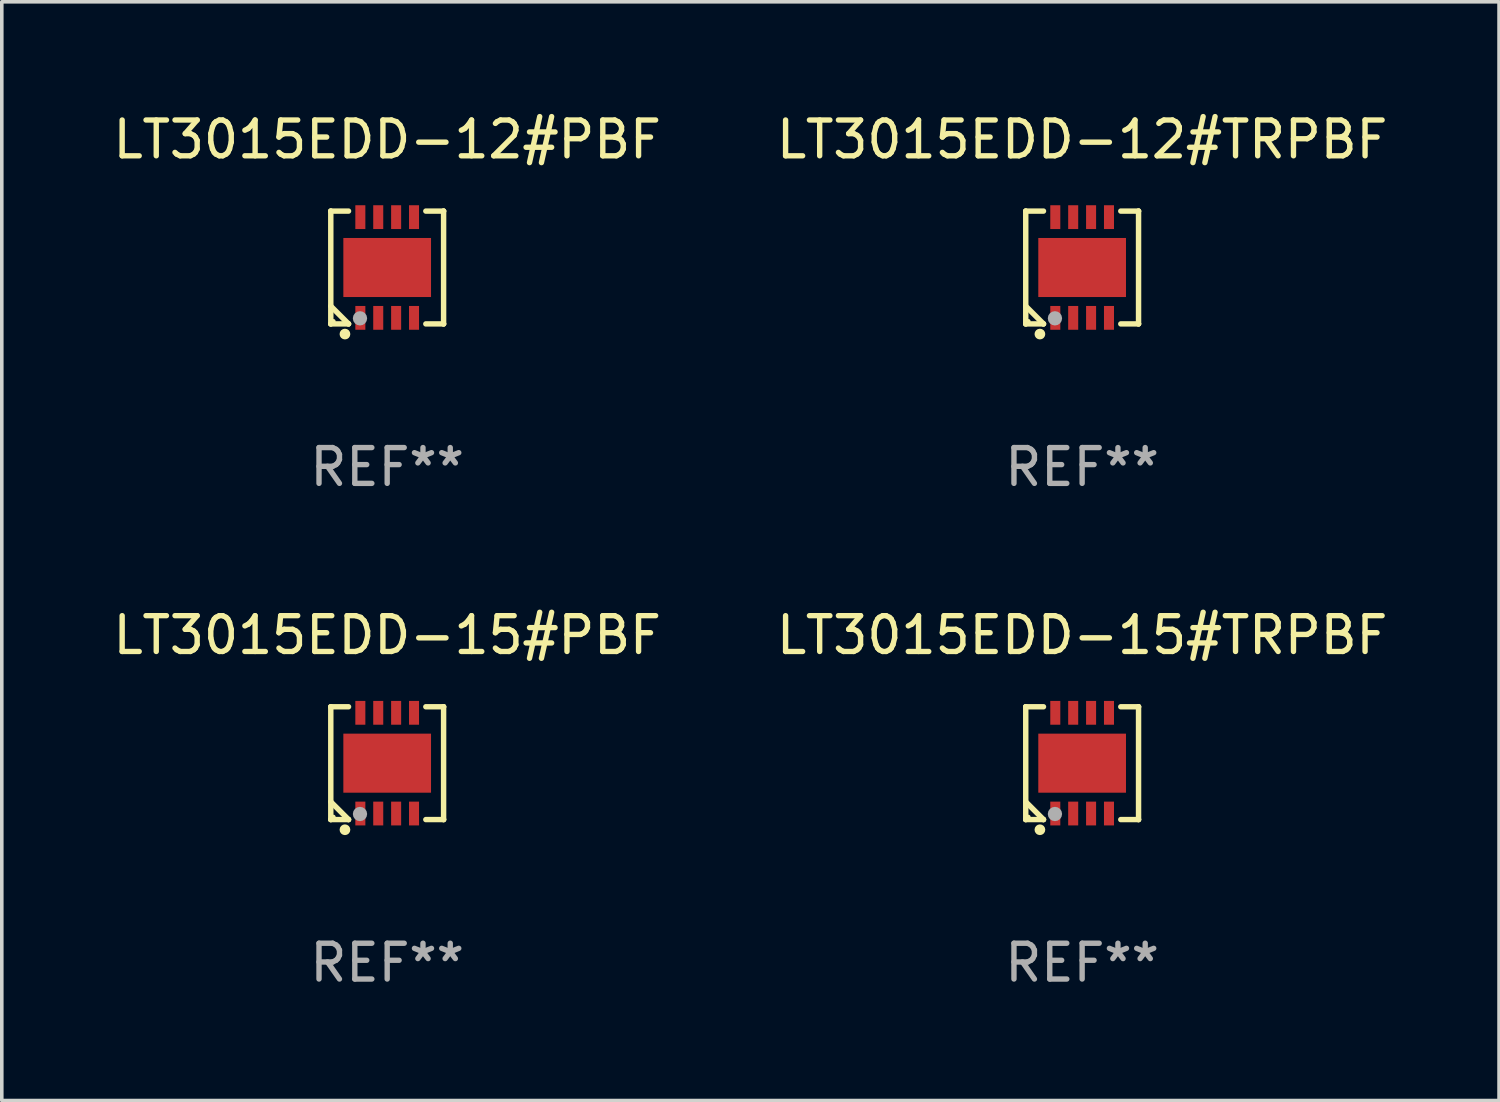
<source format=kicad_pcb>
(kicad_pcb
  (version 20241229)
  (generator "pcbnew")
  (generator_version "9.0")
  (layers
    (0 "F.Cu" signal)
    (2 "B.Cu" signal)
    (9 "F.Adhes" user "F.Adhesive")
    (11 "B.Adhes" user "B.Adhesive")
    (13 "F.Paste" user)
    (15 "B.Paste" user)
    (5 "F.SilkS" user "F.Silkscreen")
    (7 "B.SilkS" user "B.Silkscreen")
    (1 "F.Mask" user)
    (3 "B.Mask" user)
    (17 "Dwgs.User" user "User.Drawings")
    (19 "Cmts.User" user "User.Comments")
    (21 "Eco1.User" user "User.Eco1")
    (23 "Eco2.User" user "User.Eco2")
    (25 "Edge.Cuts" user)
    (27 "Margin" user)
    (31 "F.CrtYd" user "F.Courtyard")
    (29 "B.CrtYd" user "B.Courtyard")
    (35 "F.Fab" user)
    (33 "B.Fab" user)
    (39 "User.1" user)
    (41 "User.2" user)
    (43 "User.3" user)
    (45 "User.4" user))
  (footprint "LT3015EDD-12#PBF"
    (layer "F.Cu")
    (at 7.768 4.424)
    (property "Reference" "LT3015EDD-12#PBF" (at 0 -3.576 0) (layer "F.SilkS") (effects (font (size 1 1) (thickness 0.15))))
    (attr through_hole)
    (fp_line (start -1.576 -1.576) (end -1.576 -1.576) (stroke (width 0.152) (type solid)) (layer "F.SilkS"))
    (fp_line (start -1.576 -1.576) (end -1.08 -1.576) (stroke (width 0.152) (type solid)) (layer "F.SilkS"))
    (fp_line (start -1.576 1.576) (end -1.576 -1.576) (stroke (width 0.152) (type solid)) (layer "F.SilkS"))
    (fp_line (start -1.576 1.576) (end -1.576 1.576) (stroke (width 0.152) (type solid)) (layer "F.SilkS"))
    (fp_line (start -1.08 1.575) (end -1.576 1.079) (stroke (width 0.152) (type solid)) (layer "F.SilkS"))
    (fp_line (start -1.08 1.576) (end -1.576 1.576) (stroke (width 0.152) (type solid)) (layer "F.SilkS"))
    (fp_line (start -1.08 1.576) (end -1.08 1.575) (stroke (width 0.152) (type solid)) (layer "F.SilkS"))
    (fp_line (start 1.08 1.576) (end 1.576 1.576) (stroke (width 0.152) (type solid)) (layer "F.SilkS"))
    (fp_line (start 1.576 -1.576) (end 1.08 -1.576) (stroke (width 0.152) (type solid)) (layer "F.SilkS"))
    (fp_line (start 1.576 -1.576) (end 1.576 -1.576) (stroke (width 0.152) (type solid)) (layer "F.SilkS"))
    (fp_line (start 1.576 1.576) (end 1.576 -1.576) (stroke (width 0.152) (type solid)) (layer "F.SilkS"))
    (fp_line (start 1.576 1.576) (end 1.576 1.576) (stroke (width 0.152) (type solid)) (layer "F.SilkS"))
    (fp_circle (center -1.5 1.5) (end -1.47 1.5) (stroke (width 0.06) (type solid)) (fill no) (layer "F.SilkS"))
    (fp_circle (center -1.18 1.86) (end -1.105 1.86) (stroke (width 0.15) (type solid)) (fill no) (layer "F.SilkS"))
    (fp_circle (center -0.76 1.42) (end -0.66 1.42) (stroke (width 0.2) (type solid)) (fill no) (layer "F.Fab"))
    (fp_text user "REF**" (at 0 5.576 0) (layer "F.Fab") (effects (font (size 1 1) (thickness 0.15))))
    (pad "1" smd rect (at -0.75 1.407) (size 0.28 0.665) (layers "F.Cu" "F.Mask" "F.Paste"))
    (pad "2" smd rect (at -0.25 1.407) (size 0.28 0.665) (layers "F.Cu" "F.Mask" "F.Paste"))
    (pad "3" smd rect (at 0.25 1.407) (size 0.28 0.665) (layers "F.Cu" "F.Mask" "F.Paste"))
    (pad "4" smd rect (at 0.75 1.407) (size 0.28 0.665) (layers "F.Cu" "F.Mask" "F.Paste"))
    (pad "5" smd rect (at 0.75 -1.407) (size 0.28 0.665) (layers "F.Cu" "F.Mask" "F.Paste"))
    (pad "6" smd rect (at 0.25 -1.407) (size 0.28 0.665) (layers "F.Cu" "F.Mask" "F.Paste"))
    (pad "7" smd rect (at -0.25 -1.407) (size 0.28 0.665) (layers "F.Cu" "F.Mask" "F.Paste"))
    (pad "8" smd rect (at -0.75 -1.407) (size 0.28 0.665) (layers "F.Cu" "F.Mask" "F.Paste"))
    (pad "9" smd rect (at 0 0) (size 2.45 1.65) (layers "F.Cu" "F.Mask" "F.Paste")))
  (footprint "LT3015EDD-12#TRPBF"
    (layer "F.Cu")
    (at 27.185 4.424)
    (property "Reference" "LT3015EDD-12#TRPBF" (at 0 -3.576 0) (layer "F.SilkS") (effects (font (size 1 1) (thickness 0.15))))
    (attr through_hole)
    (fp_line (start -1.576 -1.576) (end -1.576 -1.576) (stroke (width 0.152) (type solid)) (layer "F.SilkS"))
    (fp_line (start -1.576 -1.576) (end -1.08 -1.576) (stroke (width 0.152) (type solid)) (layer "F.SilkS"))
    (fp_line (start -1.576 1.576) (end -1.576 -1.576) (stroke (width 0.152) (type solid)) (layer "F.SilkS"))
    (fp_line (start -1.576 1.576) (end -1.576 1.576) (stroke (width 0.152) (type solid)) (layer "F.SilkS"))
    (fp_line (start -1.08 1.575) (end -1.576 1.079) (stroke (width 0.152) (type solid)) (layer "F.SilkS"))
    (fp_line (start -1.08 1.576) (end -1.576 1.576) (stroke (width 0.152) (type solid)) (layer "F.SilkS"))
    (fp_line (start -1.08 1.576) (end -1.08 1.575) (stroke (width 0.152) (type solid)) (layer "F.SilkS"))
    (fp_line (start 1.08 1.576) (end 1.576 1.576) (stroke (width 0.152) (type solid)) (layer "F.SilkS"))
    (fp_line (start 1.576 -1.576) (end 1.08 -1.576) (stroke (width 0.152) (type solid)) (layer "F.SilkS"))
    (fp_line (start 1.576 -1.576) (end 1.576 -1.576) (stroke (width 0.152) (type solid)) (layer "F.SilkS"))
    (fp_line (start 1.576 1.576) (end 1.576 -1.576) (stroke (width 0.152) (type solid)) (layer "F.SilkS"))
    (fp_line (start 1.576 1.576) (end 1.576 1.576) (stroke (width 0.152) (type solid)) (layer "F.SilkS"))
    (fp_circle (center -1.5 1.5) (end -1.47 1.5) (stroke (width 0.06) (type solid)) (fill no) (layer "F.SilkS"))
    (fp_circle (center -1.18 1.86) (end -1.105 1.86) (stroke (width 0.15) (type solid)) (fill no) (layer "F.SilkS"))
    (fp_circle (center -0.76 1.42) (end -0.66 1.42) (stroke (width 0.2) (type solid)) (fill no) (layer "F.Fab"))
    (fp_text user "REF**" (at 0 5.576 0) (layer "F.Fab") (effects (font (size 1 1) (thickness 0.15))))
    (pad "1" smd rect (at -0.75 1.407) (size 0.28 0.665) (layers "F.Cu" "F.Mask" "F.Paste"))
    (pad "2" smd rect (at -0.25 1.407) (size 0.28 0.665) (layers "F.Cu" "F.Mask" "F.Paste"))
    (pad "3" smd rect (at 0.25 1.407) (size 0.28 0.665) (layers "F.Cu" "F.Mask" "F.Paste"))
    (pad "4" smd rect (at 0.75 1.407) (size 0.28 0.665) (layers "F.Cu" "F.Mask" "F.Paste"))
    (pad "5" smd rect (at 0.75 -1.407) (size 0.28 0.665) (layers "F.Cu" "F.Mask" "F.Paste"))
    (pad "6" smd rect (at 0.25 -1.407) (size 0.28 0.665) (layers "F.Cu" "F.Mask" "F.Paste"))
    (pad "7" smd rect (at -0.25 -1.407) (size 0.28 0.665) (layers "F.Cu" "F.Mask" "F.Paste"))
    (pad "8" smd rect (at -0.75 -1.407) (size 0.28 0.665) (layers "F.Cu" "F.Mask" "F.Paste"))
    (pad "9" smd rect (at 0 0) (size 2.45 1.65) (layers "F.Cu" "F.Mask" "F.Paste")))
  (footprint "LT3015EDD-15#TRPBF"
    (layer "F.Cu")
    (at 27.185 18.273)
    (property "Reference" "LT3015EDD-15#TRPBF" (at 0 -3.576 0) (layer "F.SilkS") (effects (font (size 1 1) (thickness 0.15))))
    (attr through_hole)
    (fp_line (start -1.576 -1.576) (end -1.576 -1.576) (stroke (width 0.152) (type solid)) (layer "F.SilkS"))
    (fp_line (start -1.576 -1.576) (end -1.08 -1.576) (stroke (width 0.152) (type solid)) (layer "F.SilkS"))
    (fp_line (start -1.576 1.576) (end -1.576 -1.576) (stroke (width 0.152) (type solid)) (layer "F.SilkS"))
    (fp_line (start -1.576 1.576) (end -1.576 1.576) (stroke (width 0.152) (type solid)) (layer "F.SilkS"))
    (fp_line (start -1.08 1.575) (end -1.576 1.079) (stroke (width 0.152) (type solid)) (layer "F.SilkS"))
    (fp_line (start -1.08 1.576) (end -1.576 1.576) (stroke (width 0.152) (type solid)) (layer "F.SilkS"))
    (fp_line (start -1.08 1.576) (end -1.08 1.575) (stroke (width 0.152) (type solid)) (layer "F.SilkS"))
    (fp_line (start 1.08 1.576) (end 1.576 1.576) (stroke (width 0.152) (type solid)) (layer "F.SilkS"))
    (fp_line (start 1.576 -1.576) (end 1.08 -1.576) (stroke (width 0.152) (type solid)) (layer "F.SilkS"))
    (fp_line (start 1.576 -1.576) (end 1.576 -1.576) (stroke (width 0.152) (type solid)) (layer "F.SilkS"))
    (fp_line (start 1.576 1.576) (end 1.576 -1.576) (stroke (width 0.152) (type solid)) (layer "F.SilkS"))
    (fp_line (start 1.576 1.576) (end 1.576 1.576) (stroke (width 0.152) (type solid)) (layer "F.SilkS"))
    (fp_circle (center -1.5 1.5) (end -1.47 1.5) (stroke (width 0.06) (type solid)) (fill no) (layer "F.SilkS"))
    (fp_circle (center -1.18 1.86) (end -1.105 1.86) (stroke (width 0.15) (type solid)) (fill no) (layer "F.SilkS"))
    (fp_circle (center -0.76 1.42) (end -0.66 1.42) (stroke (width 0.2) (type solid)) (fill no) (layer "F.Fab"))
    (fp_text user "REF**" (at 0 5.576 0) (layer "F.Fab") (effects (font (size 1 1) (thickness 0.15))))
    (pad "1" smd rect (at -0.75 1.407) (size 0.28 0.665) (layers "F.Cu" "F.Mask" "F.Paste"))
    (pad "2" smd rect (at -0.25 1.407) (size 0.28 0.665) (layers "F.Cu" "F.Mask" "F.Paste"))
    (pad "3" smd rect (at 0.25 1.407) (size 0.28 0.665) (layers "F.Cu" "F.Mask" "F.Paste"))
    (pad "4" smd rect (at 0.75 1.407) (size 0.28 0.665) (layers "F.Cu" "F.Mask" "F.Paste"))
    (pad "5" smd rect (at 0.75 -1.407) (size 0.28 0.665) (layers "F.Cu" "F.Mask" "F.Paste"))
    (pad "6" smd rect (at 0.25 -1.407) (size 0.28 0.665) (layers "F.Cu" "F.Mask" "F.Paste"))
    (pad "7" smd rect (at -0.25 -1.407) (size 0.28 0.665) (layers "F.Cu" "F.Mask" "F.Paste"))
    (pad "8" smd rect (at -0.75 -1.407) (size 0.28 0.665) (layers "F.Cu" "F.Mask" "F.Paste"))
    (pad "9" smd rect (at 0 0) (size 2.45 1.65) (layers "F.Cu" "F.Mask" "F.Paste")))
  (footprint "LT3015EDD-15#PBF"
    (layer "F.Cu")
    (at 7.768 18.273)
    (property "Reference" "LT3015EDD-15#PBF" (at 0 -3.576 0) (layer "F.SilkS") (effects (font (size 1 1) (thickness 0.15))))
    (attr through_hole)
    (fp_line (start -1.576 -1.576) (end -1.576 -1.576) (stroke (width 0.152) (type solid)) (layer "F.SilkS"))
    (fp_line (start -1.576 -1.576) (end -1.08 -1.576) (stroke (width 0.152) (type solid)) (layer "F.SilkS"))
    (fp_line (start -1.576 1.576) (end -1.576 -1.576) (stroke (width 0.152) (type solid)) (layer "F.SilkS"))
    (fp_line (start -1.576 1.576) (end -1.576 1.576) (stroke (width 0.152) (type solid)) (layer "F.SilkS"))
    (fp_line (start -1.08 1.575) (end -1.576 1.079) (stroke (width 0.152) (type solid)) (layer "F.SilkS"))
    (fp_line (start -1.08 1.576) (end -1.576 1.576) (stroke (width 0.152) (type solid)) (layer "F.SilkS"))
    (fp_line (start -1.08 1.576) (end -1.08 1.575) (stroke (width 0.152) (type solid)) (layer "F.SilkS"))
    (fp_line (start 1.08 1.576) (end 1.576 1.576) (stroke (width 0.152) (type solid)) (layer "F.SilkS"))
    (fp_line (start 1.576 -1.576) (end 1.08 -1.576) (stroke (width 0.152) (type solid)) (layer "F.SilkS"))
    (fp_line (start 1.576 -1.576) (end 1.576 -1.576) (stroke (width 0.152) (type solid)) (layer "F.SilkS"))
    (fp_line (start 1.576 1.576) (end 1.576 -1.576) (stroke (width 0.152) (type solid)) (layer "F.SilkS"))
    (fp_line (start 1.576 1.576) (end 1.576 1.576) (stroke (width 0.152) (type solid)) (layer "F.SilkS"))
    (fp_circle (center -1.5 1.5) (end -1.47 1.5) (stroke (width 0.06) (type solid)) (fill no) (layer "F.SilkS"))
    (fp_circle (center -1.18 1.86) (end -1.105 1.86) (stroke (width 0.15) (type solid)) (fill no) (layer "F.SilkS"))
    (fp_circle (center -0.76 1.42) (end -0.66 1.42) (stroke (width 0.2) (type solid)) (fill no) (layer "F.Fab"))
    (fp_text user "REF**" (at 0 5.576 0) (layer "F.Fab") (effects (font (size 1 1) (thickness 0.15))))
    (pad "1" smd rect (at -0.75 1.407) (size 0.28 0.665) (layers "F.Cu" "F.Mask" "F.Paste"))
    (pad "2" smd rect (at -0.25 1.407) (size 0.28 0.665) (layers "F.Cu" "F.Mask" "F.Paste"))
    (pad "3" smd rect (at 0.25 1.407) (size 0.28 0.665) (layers "F.Cu" "F.Mask" "F.Paste"))
    (pad "4" smd rect (at 0.75 1.407) (size 0.28 0.665) (layers "F.Cu" "F.Mask" "F.Paste"))
    (pad "5" smd rect (at 0.75 -1.407) (size 0.28 0.665) (layers "F.Cu" "F.Mask" "F.Paste"))
    (pad "6" smd rect (at 0.25 -1.407) (size 0.28 0.665) (layers "F.Cu" "F.Mask" "F.Paste"))
    (pad "7" smd rect (at -0.25 -1.407) (size 0.28 0.665) (layers "F.Cu" "F.Mask" "F.Paste"))
    (pad "8" smd rect (at -0.75 -1.407) (size 0.28 0.665) (layers "F.Cu" "F.Mask" "F.Paste"))
    (pad "9" smd rect (at 0 0) (size 2.45 1.65) (layers "F.Cu" "F.Mask" "F.Paste")))
  (gr_rect
    (start -3 -3)
    (end 38.833 27.698)
    (stroke (width 0.1) (type default))
    (fill no)
    (layer "Edge.Cuts")))
</source>
